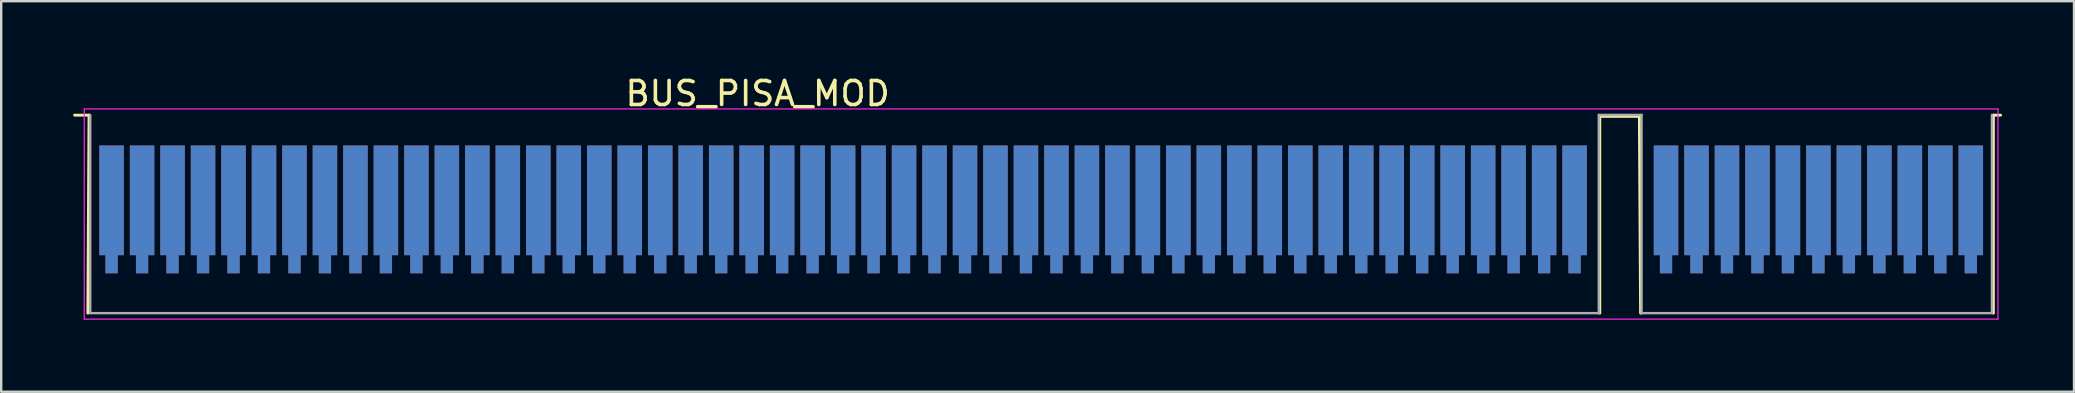
<source format=kicad_pcb>
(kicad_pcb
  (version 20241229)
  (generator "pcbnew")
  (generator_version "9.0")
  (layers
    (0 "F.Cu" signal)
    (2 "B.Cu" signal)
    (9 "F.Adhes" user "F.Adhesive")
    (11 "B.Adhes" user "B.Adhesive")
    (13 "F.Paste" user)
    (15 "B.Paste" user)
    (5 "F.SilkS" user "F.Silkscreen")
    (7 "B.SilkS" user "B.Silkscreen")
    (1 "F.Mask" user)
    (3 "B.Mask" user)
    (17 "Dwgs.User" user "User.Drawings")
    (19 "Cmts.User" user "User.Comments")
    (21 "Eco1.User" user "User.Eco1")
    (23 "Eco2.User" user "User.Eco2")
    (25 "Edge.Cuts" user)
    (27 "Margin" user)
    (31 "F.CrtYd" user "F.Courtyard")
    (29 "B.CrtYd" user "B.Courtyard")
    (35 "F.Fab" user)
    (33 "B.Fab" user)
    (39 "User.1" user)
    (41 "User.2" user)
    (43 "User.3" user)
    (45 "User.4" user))
  (footprint "BUS_PISA_MOD"
    (layer "F.Cu")
    (at 40.33 6.628)
    (property "Reference" "BUS_PISA_MOD" (at -11.81 -5.78 0) (layer "F.SilkS") (effects (font (size 1 1) (thickness 0.15))))
    (attr exclude_from_pos_files exclude_from_bom)
    (fp_line (start -40.27 -4.88) (end -39.67 -4.88) (stroke (width 0.12) (type solid)) (layer "F.SilkS"))
    (fp_line (start -39.67 -4.88) (end -39.72 3.37) (stroke (width 0.12) (type solid)) (layer "F.SilkS"))
    (fp_line (start 23.28 -4.83) (end 24.93 -4.83) (stroke (width 0.12) (type solid)) (layer "F.SilkS"))
    (fp_line (start 23.28 3.37) (end 23.28 -4.83) (stroke (width 0.12) (type solid)) (layer "F.SilkS"))
    (fp_line (start 24.93 -4.83) (end 24.98 3.37) (stroke (width 0.12) (type solid)) (layer "F.SilkS"))
    (fp_line (start 39.68 -4.88) (end 39.98 -4.88) (stroke (width 0.12) (type solid)) (layer "F.SilkS"))
    (fp_line (start 39.68 3.37) (end 39.68 -4.88) (stroke (width 0.12) (type solid)) (layer "F.SilkS"))
    (fp_line (start -39.87 -5.14) (end -39.87 3.62) (stroke (width 0.05) (type solid)) (layer "F.CrtYd"))
    (fp_line (start -39.87 -5.14) (end 39.87 -5.14) (stroke (width 0.05) (type solid)) (layer "F.CrtYd"))
    (fp_line (start 39.87 3.62) (end -39.87 3.62) (stroke (width 0.05) (type solid)) (layer "F.CrtYd"))
    (fp_line (start 39.87 3.62) (end 39.87 -5.14) (stroke (width 0.05) (type solid)) (layer "F.CrtYd"))
    (fp_line (start -39.62 -4.89) (end -39.62 3.37) (stroke (width 0.1) (type solid)) (layer "F.Fab"))
    (fp_line (start -39.62 3.37) (end 23.24 3.37) (stroke (width 0.1) (type solid)) (layer "F.Fab"))
    (fp_line (start 23.24 -4.89) (end 25.02 -4.89) (stroke (width 0.1) (type solid)) (layer "F.Fab"))
    (fp_line (start 23.24 3.37) (end 23.24 -4.89) (stroke (width 0.1) (type solid)) (layer "F.Fab"))
    (fp_line (start 25.02 -4.89) (end 25.02 3.37) (stroke (width 0.1) (type solid)) (layer "F.Fab"))
    (fp_line (start 25.02 3.37) (end 39.62 3.37) (stroke (width 0.1) (type solid)) (layer "F.Fab"))
    (fp_line (start 39.62 3.37) (end 39.62 -4.89) (stroke (width 0.1) (type solid)) (layer "F.Fab"))
    (pad "1" connect rect (at -38.73 -1.33) (size 1.02 4.57) (layers "F.Cu" "F.Mask"))
    (pad "1" connect rect (at -38.73 1.33) (size 0.51 0.76) (layers "F.Cu" "F.Mask"))
    (pad "2" connect rect (at -37.46 -1.33) (size 1.02 4.57) (layers "F.Cu" "F.Mask"))
    (pad "2" connect rect (at -37.46 1.33) (size 0.51 0.76) (layers "F.Cu" "F.Mask"))
    (pad "3" connect rect (at -36.19 -1.33) (size 1.02 4.57) (layers "F.Cu" "F.Mask"))
    (pad "3" connect rect (at -36.19 1.33) (size 0.51 0.76) (layers "F.Cu" "F.Mask"))
    (pad "4" connect rect (at -34.92 -1.33) (size 1.02 4.57) (layers "F.Cu" "F.Mask"))
    (pad "4" connect rect (at -34.92 1.33) (size 0.51 0.76) (layers "F.Cu" "F.Mask"))
    (pad "5" connect rect (at -33.65 -1.33) (size 1.02 4.57) (layers "F.Cu" "F.Mask"))
    (pad "5" connect rect (at -33.65 1.33) (size 0.51 0.76) (layers "F.Cu" "F.Mask"))
    (pad "6" connect rect (at -32.38 -1.33) (size 1.02 4.57) (layers "F.Cu" "F.Mask"))
    (pad "6" connect rect (at -32.38 1.33) (size 0.51 0.76) (layers "F.Cu" "F.Mask"))
    (pad "7" connect rect (at -31.11 -1.33) (size 1.02 4.57) (layers "F.Cu" "F.Mask"))
    (pad "7" connect rect (at -31.11 1.33) (size 0.51 0.76) (layers "F.Cu" "F.Mask"))
    (pad "8" connect rect (at -29.84 -1.33) (size 1.02 4.57) (layers "F.Cu" "F.Mask"))
    (pad "8" connect rect (at -29.84 1.33) (size 0.51 0.76) (layers "F.Cu" "F.Mask"))
    (pad "9" connect rect (at -28.57 -1.33) (size 1.02 4.57) (layers "F.Cu" "F.Mask"))
    (pad "9" connect rect (at -28.57 1.33) (size 0.51 0.76) (layers "F.Cu" "F.Mask"))
    (pad "10" connect rect (at -27.3 -1.33) (size 1.02 4.57) (layers "F.Cu" "F.Mask"))
    (pad "10" connect rect (at -27.3 1.33) (size 0.51 0.76) (layers "F.Cu" "F.Mask"))
    (pad "11" connect rect (at -26.03 -1.33) (size 1.02 4.57) (layers "F.Cu" "F.Mask"))
    (pad "11" connect rect (at -26.03 1.33) (size 0.51 0.76) (layers "F.Cu" "F.Mask"))
    (pad "12" connect rect (at -24.76 -1.33) (size 1.02 4.57) (layers "F.Cu" "F.Mask"))
    (pad "12" connect rect (at -24.76 1.33) (size 0.51 0.76) (layers "F.Cu" "F.Mask"))
    (pad "13" connect rect (at -23.49 -1.33) (size 1.02 4.57) (layers "F.Cu" "F.Mask"))
    (pad "13" connect rect (at -23.49 1.33) (size 0.51 0.76) (layers "F.Cu" "F.Mask"))
    (pad "14" connect rect (at -22.22 -1.33) (size 1.02 4.57) (layers "F.Cu" "F.Mask"))
    (pad "14" connect rect (at -22.22 1.33) (size 0.51 0.76) (layers "F.Cu" "F.Mask"))
    (pad "15" connect rect (at -20.95 -1.33) (size 1.02 4.57) (layers "F.Cu" "F.Mask"))
    (pad "15" connect rect (at -20.95 1.33) (size 0.51 0.76) (layers "F.Cu" "F.Mask"))
    (pad "16" connect rect (at -19.68 -1.33) (size 1.02 4.57) (layers "F.Cu" "F.Mask"))
    (pad "16" connect rect (at -19.68 1.33) (size 0.51 0.76) (layers "F.Cu" "F.Mask"))
    (pad "17" connect rect (at -18.41 -1.33) (size 1.02 4.57) (layers "F.Cu" "F.Mask"))
    (pad "17" connect rect (at -18.41 1.33) (size 0.51 0.76) (layers "F.Cu" "F.Mask"))
    (pad "18" connect rect (at -17.14 -1.33) (size 1.02 4.57) (layers "F.Cu" "F.Mask"))
    (pad "18" connect rect (at -17.14 1.33) (size 0.51 0.76) (layers "F.Cu" "F.Mask"))
    (pad "19" connect rect (at -15.87 -1.33) (size 1.02 4.57) (layers "F.Cu" "F.Mask"))
    (pad "19" connect rect (at -15.87 1.33) (size 0.51 0.76) (layers "F.Cu" "F.Mask"))
    (pad "20" connect rect (at -14.6 -1.33) (size 1.02 4.57) (layers "F.Cu" "F.Mask"))
    (pad "20" connect rect (at -14.6 1.33) (size 0.51 0.76) (layers "F.Cu" "F.Mask"))
    (pad "21" connect rect (at -13.33 -1.33) (size 1.02 4.57) (layers "F.Cu" "F.Mask"))
    (pad "21" connect rect (at -13.33 1.33) (size 0.51 0.76) (layers "F.Cu" "F.Mask"))
    (pad "22" connect rect (at -12.06 -1.33) (size 1.02 4.57) (layers "F.Cu" "F.Mask"))
    (pad "22" connect rect (at -12.06 1.33) (size 0.51 0.76) (layers "F.Cu" "F.Mask"))
    (pad "23" connect rect (at -10.79 -1.33) (size 1.02 4.57) (layers "F.Cu" "F.Mask"))
    (pad "23" connect rect (at -10.79 1.33) (size 0.51 0.76) (layers "F.Cu" "F.Mask"))
    (pad "24" connect rect (at -9.52 -1.33) (size 1.02 4.57) (layers "F.Cu" "F.Mask"))
    (pad "24" connect rect (at -9.52 1.33) (size 0.51 0.76) (layers "F.Cu" "F.Mask"))
    (pad "25" connect rect (at -8.25 -1.33) (size 1.02 4.57) (layers "F.Cu" "F.Mask"))
    (pad "25" connect rect (at -8.25 1.33) (size 0.51 0.76) (layers "F.Cu" "F.Mask"))
    (pad "26" connect rect (at -6.98 -1.33) (size 1.02 4.57) (layers "F.Cu" "F.Mask"))
    (pad "26" connect rect (at -6.98 1.33) (size 0.51 0.76) (layers "F.Cu" "F.Mask"))
    (pad "27" connect rect (at -5.71 -1.33) (size 1.02 4.57) (layers "F.Cu" "F.Mask"))
    (pad "27" connect rect (at -5.71 1.33) (size 0.51 0.76) (layers "F.Cu" "F.Mask"))
    (pad "28" connect rect (at -4.44 -1.33) (size 1.02 4.57) (layers "F.Cu" "F.Mask"))
    (pad "28" connect rect (at -4.44 1.33) (size 0.51 0.76) (layers "F.Cu" "F.Mask"))
    (pad "29" connect rect (at -3.17 -1.33) (size 1.02 4.57) (layers "F.Cu" "F.Mask"))
    (pad "29" connect rect (at -3.17 1.33) (size 0.51 0.76) (layers "F.Cu" "F.Mask"))
    (pad "30" connect rect (at -1.9 -1.33) (size 1.02 4.57) (layers "F.Cu" "F.Mask"))
    (pad "30" connect rect (at -1.9 1.33) (size 0.51 0.76) (layers "F.Cu" "F.Mask"))
    (pad "31" connect rect (at -0.63 -1.33) (size 1.02 4.57) (layers "F.Cu" "F.Mask"))
    (pad "31" connect rect (at -0.63 1.33) (size 0.51 0.76) (layers "F.Cu" "F.Mask"))
    (pad "32" connect rect (at 0.64 -1.33) (size 1.02 4.57) (layers "F.Cu" "F.Mask"))
    (pad "32" connect rect (at 0.64 1.33) (size 0.51 0.76) (layers "F.Cu" "F.Mask"))
    (pad "33" connect rect (at 1.91 -1.33) (size 1.02 4.57) (layers "F.Cu" "F.Mask"))
    (pad "33" connect rect (at 1.91 1.33) (size 0.51 0.76) (layers "F.Cu" "F.Mask"))
    (pad "34" connect rect (at 3.18 -1.33) (size 1.02 4.57) (layers "F.Cu" "F.Mask"))
    (pad "34" connect rect (at 3.18 1.33) (size 0.51 0.76) (layers "F.Cu" "F.Mask"))
    (pad "35" connect rect (at 4.45 -1.33) (size 1.02 4.57) (layers "F.Cu" "F.Mask"))
    (pad "35" connect rect (at 4.45 1.33) (size 0.51 0.76) (layers "F.Cu" "F.Mask"))
    (pad "36" connect rect (at 5.72 -1.33) (size 1.02 4.57) (layers "F.Cu" "F.Mask"))
    (pad "36" connect rect (at 5.72 1.33) (size 0.51 0.76) (layers "F.Cu" "F.Mask"))
    (pad "37" connect rect (at 6.99 -1.33) (size 1.02 4.57) (layers "F.Cu" "F.Mask"))
    (pad "37" connect rect (at 6.99 1.33) (size 0.51 0.76) (layers "F.Cu" "F.Mask"))
    (pad "38" connect rect (at 8.26 -1.33) (size 1.02 4.57) (layers "F.Cu" "F.Mask"))
    (pad "38" connect rect (at 8.26 1.33) (size 0.51 0.76) (layers "F.Cu" "F.Mask"))
    (pad "39" connect rect (at 9.53 -1.33) (size 1.02 4.57) (layers "F.Cu" "F.Mask"))
    (pad "39" connect rect (at 9.53 1.33) (size 0.51 0.76) (layers "F.Cu" "F.Mask"))
    (pad "40" connect rect (at 10.8 -1.33) (size 1.02 4.57) (layers "F.Cu" "F.Mask"))
    (pad "40" connect rect (at 10.8 1.33) (size 0.51 0.76) (layers "F.Cu" "F.Mask"))
    (pad "41" connect rect (at 12.07 -1.33) (size 1.02 4.57) (layers "F.Cu" "F.Mask"))
    (pad "41" connect rect (at 12.07 1.33) (size 0.51 0.76) (layers "F.Cu" "F.Mask"))
    (pad "42" connect rect (at 13.34 -1.33) (size 1.02 4.57) (layers "F.Cu" "F.Mask"))
    (pad "42" connect rect (at 13.34 1.33) (size 0.51 0.76) (layers "F.Cu" "F.Mask"))
    (pad "43" connect rect (at 14.61 -1.33) (size 1.02 4.57) (layers "F.Cu" "F.Mask"))
    (pad "43" connect rect (at 14.61 1.33) (size 0.51 0.76) (layers "F.Cu" "F.Mask"))
    (pad "44" connect rect (at 15.88 -1.33) (size 1.02 4.57) (layers "F.Cu" "F.Mask"))
    (pad "44" connect rect (at 15.88 1.33) (size 0.51 0.76) (layers "F.Cu" "F.Mask"))
    (pad "45" connect rect (at 17.15 -1.33) (size 1.02 4.57) (layers "F.Cu" "F.Mask"))
    (pad "45" connect rect (at 17.15 1.33) (size 0.51 0.76) (layers "F.Cu" "F.Mask"))
    (pad "46" connect rect (at 18.42 -1.33) (size 1.02 4.57) (layers "F.Cu" "F.Mask"))
    (pad "46" connect rect (at 18.42 1.33) (size 0.51 0.76) (layers "F.Cu" "F.Mask"))
    (pad "47" connect rect (at 19.69 -1.33) (size 1.02 4.57) (layers "F.Cu" "F.Mask"))
    (pad "47" connect rect (at 19.69 1.33) (size 0.51 0.76) (layers "F.Cu" "F.Mask"))
    (pad "48" connect rect (at 20.96 -1.33) (size 1.02 4.57) (layers "F.Cu" "F.Mask"))
    (pad "48" connect rect (at 20.96 1.33) (size 0.51 0.76) (layers "F.Cu" "F.Mask"))
    (pad "49" connect rect (at 22.23 -1.33) (size 1.02 4.57) (layers "F.Cu" "F.Mask"))
    (pad "49" connect rect (at 22.23 1.33) (size 0.51 0.76) (layers "F.Cu" "F.Mask"))
    (pad "50" connect rect (at 26.04 -1.33) (size 1.02 4.57) (layers "F.Cu" "F.Mask"))
    (pad "50" connect rect (at 26.04 1.33) (size 0.51 0.76) (layers "F.Cu" "F.Mask"))
    (pad "51" connect rect (at 27.31 -1.33) (size 1.02 4.57) (layers "F.Cu" "F.Mask"))
    (pad "51" connect rect (at 27.31 1.33) (size 0.51 0.76) (layers "F.Cu" "F.Mask"))
    (pad "52" connect rect (at 28.58 -1.33) (size 1.02 4.57) (layers "F.Cu" "F.Mask"))
    (pad "52" connect rect (at 28.58 1.33) (size 0.51 0.76) (layers "F.Cu" "F.Mask"))
    (pad "53" connect rect (at 29.85 -1.33) (size 1.02 4.57) (layers "F.Cu" "F.Mask"))
    (pad "53" connect rect (at 29.85 1.33) (size 0.51 0.76) (layers "F.Cu" "F.Mask"))
    (pad "54" connect rect (at 31.12 -1.33) (size 1.02 4.57) (layers "F.Cu" "F.Mask"))
    (pad "54" connect rect (at 31.12 1.33) (size 0.51 0.76) (layers "F.Cu" "F.Mask"))
    (pad "55" connect rect (at 32.39 -1.33) (size 1.02 4.57) (layers "F.Cu" "F.Mask"))
    (pad "55" connect rect (at 32.39 1.33) (size 0.51 0.76) (layers "F.Cu" "F.Mask"))
    (pad "56" connect rect (at 33.66 -1.33) (size 1.02 4.57) (layers "F.Cu" "F.Mask"))
    (pad "56" connect rect (at 33.66 1.33) (size 0.51 0.76) (layers "F.Cu" "F.Mask"))
    (pad "57" connect rect (at 34.93 -1.33) (size 1.02 4.57) (layers "F.Cu" "F.Mask"))
    (pad "57" connect rect (at 34.93 1.33) (size 0.51 0.76) (layers "F.Cu" "F.Mask"))
    (pad "58" connect rect (at 36.2 -1.33) (size 1.02 4.57) (layers "F.Cu" "F.Mask"))
    (pad "58" connect rect (at 36.2 1.33) (size 0.51 0.76) (layers "F.Cu" "F.Mask"))
    (pad "59" connect rect (at 37.47 -1.33) (size 1.02 4.57) (layers "F.Cu" "F.Mask"))
    (pad "59" connect rect (at 37.47 1.33) (size 0.51 0.76) (layers "F.Cu" "F.Mask"))
    (pad "60" connect rect (at 38.74 -1.33) (size 1.02 4.57) (layers "F.Cu" "F.Mask"))
    (pad "60" connect rect (at 38.74 1.33) (size 0.51 0.76) (layers "F.Cu" "F.Mask"))
    (pad "61" connect rect (at -38.73 -1.33) (size 1.02 4.57) (layers "B.Cu" "B.Mask"))
    (pad "61" connect rect (at -38.73 1.33) (size 0.51 0.76) (layers "B.Cu" "B.Mask"))
    (pad "62" connect rect (at -37.46 -1.33) (size 1.02 4.57) (layers "B.Cu" "B.Mask"))
    (pad "62" connect rect (at -37.46 1.33) (size 0.51 0.76) (layers "B.Cu" "B.Mask"))
    (pad "63" connect rect (at -36.19 -1.33) (size 1.02 4.57) (layers "B.Cu" "B.Mask"))
    (pad "63" connect rect (at -36.19 1.33) (size 0.51 0.76) (layers "B.Cu" "B.Mask"))
    (pad "64" connect rect (at -34.92 -1.33) (size 1.02 4.57) (layers "B.Cu" "B.Mask"))
    (pad "64" connect rect (at -34.92 1.33) (size 0.51 0.76) (layers "B.Cu" "B.Mask"))
    (pad "65" connect rect (at -33.65 -1.33) (size 1.02 4.57) (layers "B.Cu" "B.Mask"))
    (pad "65" connect rect (at -33.65 1.33) (size 0.51 0.76) (layers "B.Cu" "B.Mask"))
    (pad "66" connect rect (at -32.38 -1.33) (size 1.02 4.57) (layers "B.Cu" "B.Mask"))
    (pad "66" connect rect (at -32.38 1.33) (size 0.51 0.76) (layers "B.Cu" "B.Mask"))
    (pad "67" connect rect (at -31.11 -1.33) (size 1.02 4.57) (layers "B.Cu" "B.Mask"))
    (pad "67" connect rect (at -31.11 1.33) (size 0.51 0.76) (layers "B.Cu" "B.Mask"))
    (pad "68" connect rect (at -29.84 -1.33) (size 1.02 4.57) (layers "B.Cu" "B.Mask"))
    (pad "68" connect rect (at -29.84 1.33) (size 0.51 0.76) (layers "B.Cu" "B.Mask"))
    (pad "69" connect rect (at -28.57 -1.33) (size 1.02 4.57) (layers "B.Cu" "B.Mask"))
    (pad "69" connect rect (at -28.57 1.33) (size 0.51 0.76) (layers "B.Cu" "B.Mask"))
    (pad "70" connect rect (at -27.3 -1.33) (size 1.02 4.57) (layers "B.Cu" "B.Mask"))
    (pad "70" connect rect (at -27.3 1.33) (size 0.51 0.76) (layers "B.Cu" "B.Mask"))
    (pad "71" connect rect (at -26.03 -1.33) (size 1.02 4.57) (layers "B.Cu" "B.Mask"))
    (pad "71" connect rect (at -26.03 1.33) (size 0.51 0.76) (layers "B.Cu" "B.Mask"))
    (pad "72" connect rect (at -24.76 -1.33) (size 1.02 4.57) (layers "B.Cu" "B.Mask"))
    (pad "72" connect rect (at -24.76 1.33) (size 0.51 0.76) (layers "B.Cu" "B.Mask"))
    (pad "73" connect rect (at -23.49 -1.33) (size 1.02 4.57) (layers "B.Cu" "B.Mask"))
    (pad "73" connect rect (at -23.49 1.33) (size 0.51 0.76) (layers "B.Cu" "B.Mask"))
    (pad "74" connect rect (at -22.22 -1.33) (size 1.02 4.57) (layers "B.Cu" "B.Mask"))
    (pad "74" connect rect (at -22.22 1.33) (size 0.51 0.76) (layers "B.Cu" "B.Mask"))
    (pad "75" connect rect (at -20.95 -1.33) (size 1.02 4.57) (layers "B.Cu" "B.Mask"))
    (pad "75" connect rect (at -20.95 1.33) (size 0.51 0.76) (layers "B.Cu" "B.Mask"))
    (pad "76" connect rect (at -19.68 -1.33) (size 1.02 4.57) (layers "B.Cu" "B.Mask"))
    (pad "76" connect rect (at -19.68 1.33) (size 0.51 0.76) (layers "B.Cu" "B.Mask"))
    (pad "77" connect rect (at -18.41 -1.33) (size 1.02 4.57) (layers "B.Cu" "B.Mask"))
    (pad "77" connect rect (at -18.41 1.33) (size 0.51 0.76) (layers "B.Cu" "B.Mask"))
    (pad "78" connect rect (at -17.14 -1.33) (size 1.02 4.57) (layers "B.Cu" "B.Mask"))
    (pad "78" connect rect (at -17.14 1.33) (size 0.51 0.76) (layers "B.Cu" "B.Mask"))
    (pad "79" connect rect (at -15.87 -1.33) (size 1.02 4.57) (layers "B.Cu" "B.Mask"))
    (pad "79" connect rect (at -15.87 1.33) (size 0.51 0.76) (layers "B.Cu" "B.Mask"))
    (pad "80" connect rect (at -14.6 -1.33) (size 1.02 4.57) (layers "B.Cu" "B.Mask"))
    (pad "80" connect rect (at -14.6 1.33) (size 0.51 0.76) (layers "B.Cu" "B.Mask"))
    (pad "81" connect rect (at -13.33 -1.33) (size 1.02 4.57) (layers "B.Cu" "B.Mask"))
    (pad "81" connect rect (at -13.33 1.33) (size 0.51 0.76) (layers "B.Cu" "B.Mask"))
    (pad "82" connect rect (at -12.06 -1.33) (size 1.02 4.57) (layers "B.Cu" "B.Mask"))
    (pad "82" connect rect (at -12.06 1.33) (size 0.51 0.76) (layers "B.Cu" "B.Mask"))
    (pad "83" connect rect (at -10.79 -1.33) (size 1.02 4.57) (layers "B.Cu" "B.Mask"))
    (pad "83" connect rect (at -10.79 1.33) (size 0.51 0.76) (layers "B.Cu" "B.Mask"))
    (pad "84" connect rect (at -9.52 -1.33) (size 1.02 4.57) (layers "B.Cu" "B.Mask"))
    (pad "84" connect rect (at -9.52 1.33) (size 0.51 0.76) (layers "B.Cu" "B.Mask"))
    (pad "85" connect rect (at -8.25 -1.33) (size 1.02 4.57) (layers "B.Cu" "B.Mask"))
    (pad "85" connect rect (at -8.25 1.33) (size 0.51 0.76) (layers "B.Cu" "B.Mask"))
    (pad "86" connect rect (at -6.98 -1.33) (size 1.02 4.57) (layers "B.Cu" "B.Mask"))
    (pad "86" connect rect (at -6.98 1.33) (size 0.51 0.76) (layers "B.Cu" "B.Mask"))
    (pad "87" connect rect (at -5.71 -1.33) (size 1.02 4.57) (layers "B.Cu" "B.Mask"))
    (pad "87" connect rect (at -5.71 1.33) (size 0.51 0.76) (layers "B.Cu" "B.Mask"))
    (pad "88" connect rect (at -4.44 -1.33) (size 1.02 4.57) (layers "B.Cu" "B.Mask"))
    (pad "88" connect rect (at -4.44 1.33) (size 0.51 0.76) (layers "B.Cu" "B.Mask"))
    (pad "89" connect rect (at -3.17 -1.33) (size 1.02 4.57) (layers "B.Cu" "B.Mask"))
    (pad "89" connect rect (at -3.17 1.33) (size 0.51 0.76) (layers "B.Cu" "B.Mask"))
    (pad "90" connect rect (at -1.9 -1.33) (size 1.02 4.57) (layers "B.Cu" "B.Mask"))
    (pad "90" connect rect (at -1.9 1.33) (size 0.51 0.76) (layers "B.Cu" "B.Mask"))
    (pad "91" connect rect (at -0.63 -1.33) (size 1.02 4.57) (layers "B.Cu" "B.Mask"))
    (pad "91" connect rect (at -0.63 1.33) (size 0.51 0.76) (layers "B.Cu" "B.Mask"))
    (pad "92" connect rect (at 0.64 -1.33) (size 1.02 4.57) (layers "B.Cu" "B.Mask"))
    (pad "92" connect rect (at 0.64 1.33) (size 0.51 0.76) (layers "B.Cu" "B.Mask"))
    (pad "93" connect rect (at 1.91 -1.33) (size 1.02 4.57) (layers "B.Cu" "B.Mask"))
    (pad "93" connect rect (at 1.91 1.33) (size 0.51 0.76) (layers "B.Cu" "B.Mask"))
    (pad "94" connect rect (at 3.18 -1.33) (size 1.02 4.57) (layers "B.Cu" "B.Mask"))
    (pad "94" connect rect (at 3.18 1.33) (size 0.51 0.76) (layers "B.Cu" "B.Mask"))
    (pad "95" connect rect (at 4.45 -1.33) (size 1.02 4.57) (layers "B.Cu" "B.Mask"))
    (pad "95" connect rect (at 4.45 1.33) (size 0.51 0.76) (layers "B.Cu" "B.Mask"))
    (pad "96" connect rect (at 5.72 -1.33) (size 1.02 4.57) (layers "B.Cu" "B.Mask"))
    (pad "96" connect rect (at 5.72 1.33) (size 0.51 0.76) (layers "B.Cu" "B.Mask"))
    (pad "97" connect rect (at 6.99 -1.33) (size 1.02 4.57) (layers "B.Cu" "B.Mask"))
    (pad "97" connect rect (at 6.99 1.33) (size 0.51 0.76) (layers "B.Cu" "B.Mask"))
    (pad "98" connect rect (at 8.26 -1.33) (size 1.02 4.57) (layers "B.Cu" "B.Mask"))
    (pad "98" connect rect (at 8.26 1.33) (size 0.51 0.76) (layers "B.Cu" "B.Mask"))
    (pad "99" connect rect (at 9.53 -1.33) (size 1.02 4.57) (layers "B.Cu" "B.Mask"))
    (pad "99" connect rect (at 9.53 1.33) (size 0.51 0.76) (layers "B.Cu" "B.Mask"))
    (pad "100" connect rect (at 10.8 -1.33) (size 1.02 4.57) (layers "B.Cu" "B.Mask"))
    (pad "100" connect rect (at 10.8 1.33) (size 0.51 0.76) (layers "B.Cu" "B.Mask"))
    (pad "101" connect rect (at 12.07 -1.33) (size 1.02 4.57) (layers "B.Cu" "B.Mask"))
    (pad "101" connect rect (at 12.07 1.33) (size 0.51 0.76) (layers "B.Cu" "B.Mask"))
    (pad "102" connect rect (at 13.34 -1.33) (size 1.02 4.57) (layers "B.Cu" "B.Mask"))
    (pad "102" connect rect (at 13.34 1.33) (size 0.51 0.76) (layers "B.Cu" "B.Mask"))
    (pad "103" connect rect (at 14.61 -1.33) (size 1.02 4.57) (layers "B.Cu" "B.Mask"))
    (pad "103" connect rect (at 14.61 1.33) (size 0.51 0.76) (layers "B.Cu" "B.Mask"))
    (pad "104" connect rect (at 15.88 -1.33) (size 1.02 4.57) (layers "B.Cu" "B.Mask"))
    (pad "104" connect rect (at 15.88 1.33) (size 0.51 0.76) (layers "B.Cu" "B.Mask"))
    (pad "105" connect rect (at 17.15 -1.33) (size 1.02 4.57) (layers "B.Cu" "B.Mask"))
    (pad "105" connect rect (at 17.15 1.33) (size 0.51 0.76) (layers "B.Cu" "B.Mask"))
    (pad "106" connect rect (at 18.42 -1.33) (size 1.02 4.57) (layers "B.Cu" "B.Mask"))
    (pad "106" connect rect (at 18.42 1.33) (size 0.51 0.76) (layers "B.Cu" "B.Mask"))
    (pad "107" connect rect (at 19.69 -1.33) (size 1.02 4.57) (layers "B.Cu" "B.Mask"))
    (pad "107" connect rect (at 19.69 1.33) (size 0.51 0.76) (layers "B.Cu" "B.Mask"))
    (pad "108" connect rect (at 20.96 -1.33) (size 1.02 4.57) (layers "B.Cu" "B.Mask"))
    (pad "108" connect rect (at 20.96 1.33) (size 0.51 0.76) (layers "B.Cu" "B.Mask"))
    (pad "109" connect rect (at 22.23 -1.33) (size 1.02 4.57) (layers "B.Cu" "B.Mask"))
    (pad "109" connect rect (at 22.23 1.33) (size 0.51 0.76) (layers "B.Cu" "B.Mask"))
    (pad "110" connect rect (at 26.04 -1.33) (size 1.02 4.57) (layers "B.Cu" "B.Mask"))
    (pad "110" connect rect (at 26.04 1.33) (size 0.51 0.76) (layers "B.Cu" "B.Mask"))
    (pad "111" connect rect (at 27.31 -1.33) (size 1.02 4.57) (layers "B.Cu" "B.Mask"))
    (pad "111" connect rect (at 27.31 1.33) (size 0.51 0.76) (layers "B.Cu" "B.Mask"))
    (pad "112" connect rect (at 28.58 -1.33) (size 1.02 4.57) (layers "B.Cu" "B.Mask"))
    (pad "112" connect rect (at 28.58 1.33) (size 0.51 0.76) (layers "B.Cu" "B.Mask"))
    (pad "113" connect rect (at 29.85 -1.33) (size 1.02 4.57) (layers "B.Cu" "B.Mask"))
    (pad "113" connect rect (at 29.85 1.33) (size 0.51 0.76) (layers "B.Cu" "B.Mask"))
    (pad "114" connect rect (at 31.12 -1.33) (size 1.02 4.57) (layers "B.Cu" "B.Mask"))
    (pad "114" connect rect (at 31.12 1.33) (size 0.51 0.76) (layers "B.Cu" "B.Mask"))
    (pad "115" connect rect (at 32.39 -1.33) (size 1.02 4.57) (layers "B.Cu" "B.Mask"))
    (pad "115" connect rect (at 32.39 1.33) (size 0.51 0.76) (layers "B.Cu" "B.Mask"))
    (pad "116" connect rect (at 33.66 -1.33) (size 1.02 4.57) (layers "B.Cu" "B.Mask"))
    (pad "116" connect rect (at 33.66 1.33) (size 0.51 0.76) (layers "B.Cu" "B.Mask"))
    (pad "117" connect rect (at 34.93 -1.33) (size 1.02 4.57) (layers "B.Cu" "B.Mask"))
    (pad "117" connect rect (at 34.93 1.33) (size 0.51 0.76) (layers "B.Cu" "B.Mask"))
    (pad "118" connect rect (at 36.2 -1.33) (size 1.02 4.57) (layers "B.Cu" "B.Mask"))
    (pad "118" connect rect (at 36.2 1.33) (size 0.51 0.76) (layers "B.Cu" "B.Mask"))
    (pad "119" connect rect (at 37.47 -1.33) (size 1.02 4.57) (layers "B.Cu" "B.Mask"))
    (pad "119" connect rect (at 37.47 1.33) (size 0.51 0.76) (layers "B.Cu" "B.Mask"))
    (pad "120" connect rect (at 38.74 -1.33) (size 1.02 4.57) (layers "B.Cu" "B.Mask"))
    (pad "120" connect rect (at 38.74 1.33) (size 0.51 0.76) (layers "B.Cu" "B.Mask")))
  (gr_rect
    (start -3 -3)
    (end 83.37 13.273)
    (stroke (width 0.1) (type default))
    (fill no)
    (layer "Edge.Cuts")))
</source>
